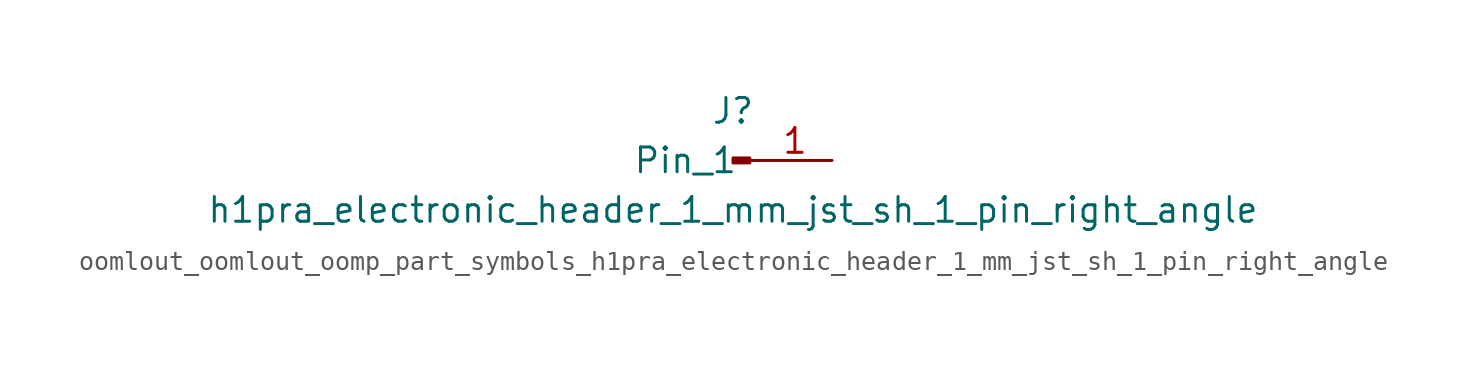
<source format=kicad_sym>
(kicad_symbol_lib
  (version 20220914)
  (generator kicad_symbol_editor)
  (symbol "oomlout_oomlout_oomp_part_symbols_h1pra_electronic_header_1_mm_jst_sh_1_pin_right_angle"
    (pin_names
      (offset 1.016))
    (property "Reference" "J"
      (at 0 2.54 0)
      (effects (font (size 1.27 1.27))))
    (property "Value" "h1pra_electronic_header_1_mm_jst_sh_1_pin_right_angle"
      (at 0 -2.54 0)
      (effects (font (size 1.27 1.27))))
    (property "ki_locked" ""
      (at 0 0 0)
      (effects (font (size 1.27 1.27))))
    (symbol "oomlout_oomlout_oomp_part_symbols_h1pra_electronic_header_1_mm_jst_sh_1_pin_right_angle_1_1"
      (polyline (pts (xy 1.27 0) (xy 0.864 0)) (stroke (width 0.152) (type default)) (fill (type none)))
      (rectangle (start 0.864 0.127) (end 0 -0.127) (stroke (width 0.152) (type default)) (fill (type outline)))
      (pin passive line (at 5.08 0 180) (length 3.81) (name "Pin_1" (effects (font (size 1.27 1.27)))) (number "1" (effects (font (size 1.27 1.27))))))))
</source>
